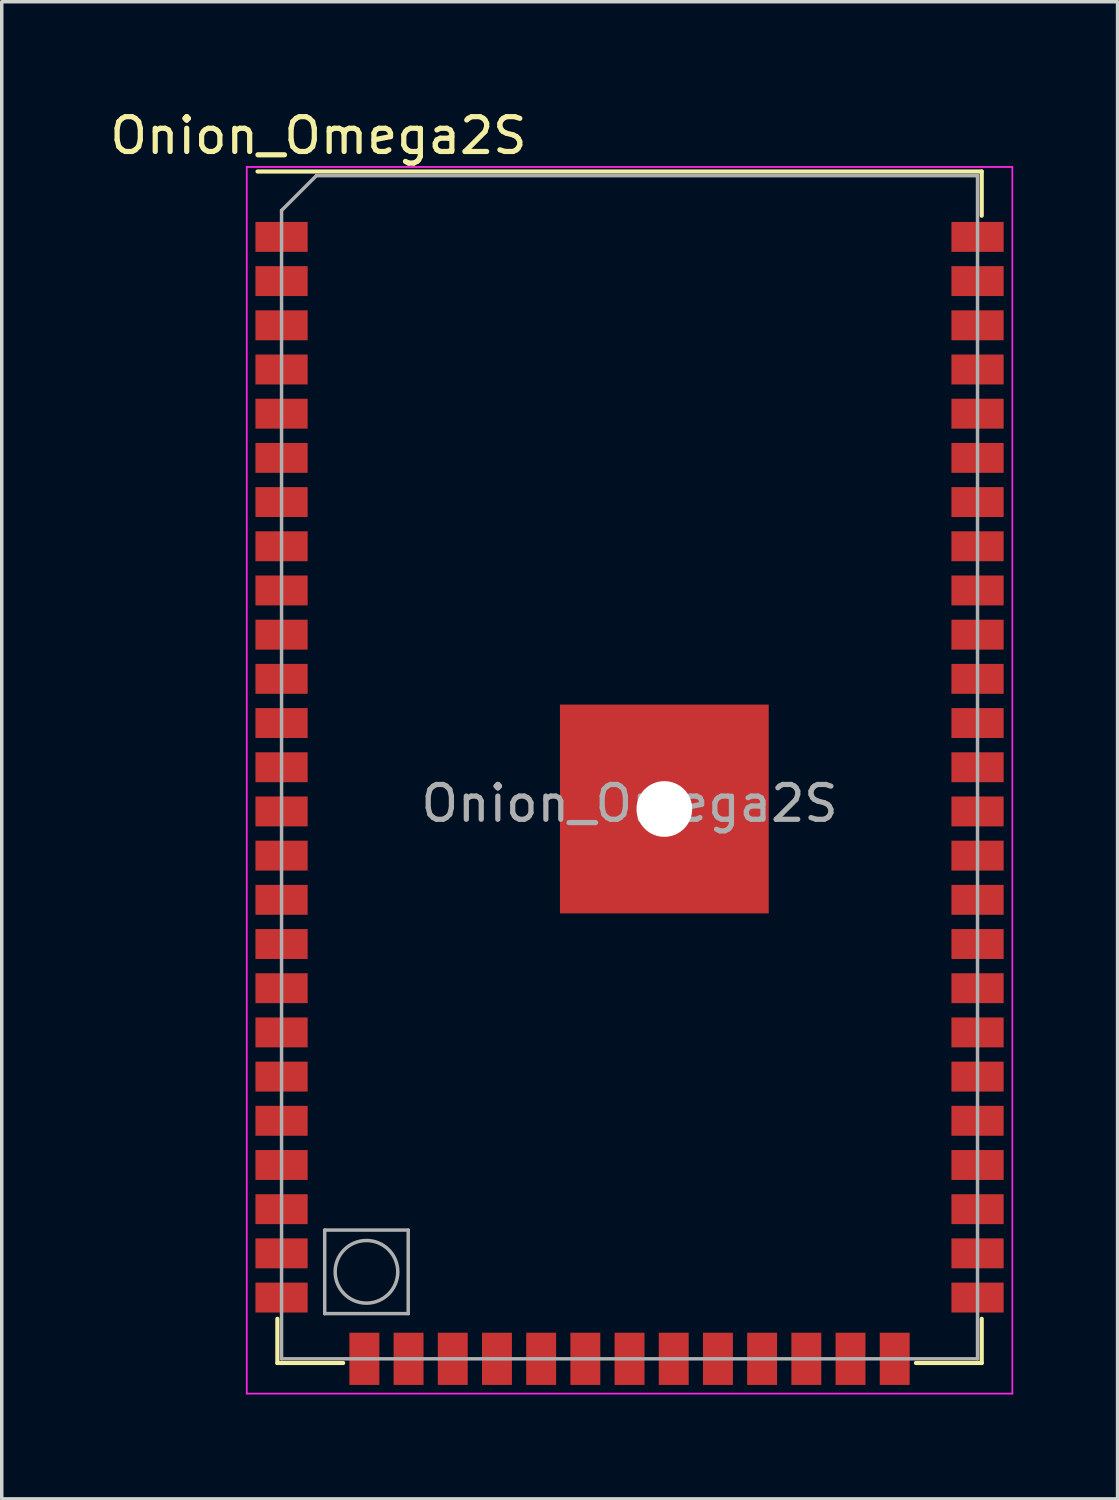
<source format=kicad_pcb>
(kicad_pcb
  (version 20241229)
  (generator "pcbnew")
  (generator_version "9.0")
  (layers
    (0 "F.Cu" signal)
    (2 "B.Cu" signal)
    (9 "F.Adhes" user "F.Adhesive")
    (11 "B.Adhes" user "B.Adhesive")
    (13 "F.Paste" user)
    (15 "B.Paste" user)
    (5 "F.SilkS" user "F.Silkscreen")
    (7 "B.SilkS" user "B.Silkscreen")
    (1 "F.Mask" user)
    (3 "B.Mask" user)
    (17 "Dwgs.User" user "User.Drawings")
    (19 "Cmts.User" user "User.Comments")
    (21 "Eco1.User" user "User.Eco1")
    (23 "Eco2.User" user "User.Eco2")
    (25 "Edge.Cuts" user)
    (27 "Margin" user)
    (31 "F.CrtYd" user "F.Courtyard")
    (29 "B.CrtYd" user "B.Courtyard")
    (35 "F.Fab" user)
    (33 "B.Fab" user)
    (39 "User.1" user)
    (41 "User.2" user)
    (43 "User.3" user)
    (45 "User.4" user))
  (footprint "Onion_Omega2S"
    (layer "F.Cu")
    (at 15.041 19.258)
    (property "Reference" "Onion_Omega2S" (at -8.94 -18.41 0) (layer "F.SilkS") (effects (font (size 1 1) (thickness 0.15))))
    (attr smd)
    (fp_line (start -10.12 15.59) (end -10.12 16.86) (stroke (width 0.12) (type solid)) (layer "F.SilkS"))
    (fp_line (start -10.12 16.86) (end -8.23 16.86) (stroke (width 0.12) (type solid)) (layer "F.SilkS"))
    (fp_line (start 8.23 16.86) (end 10.12 16.86) (stroke (width 0.12) (type solid)) (layer "F.SilkS"))
    (fp_line (start 10.12 -17.38) (end -10.69 -17.38) (stroke (width 0.12) (type solid)) (layer "F.SilkS"))
    (fp_line (start 10.12 -17.38) (end 10.12 -16.11) (stroke (width 0.12) (type solid)) (layer "F.SilkS"))
    (fp_line (start 10.12 15.59) (end 10.12 16.86) (stroke (width 0.12) (type solid)) (layer "F.SilkS"))
    (fp_line (start -11 -17.51) (end -11 17.74) (stroke (width 0.05) (type solid)) (layer "F.CrtYd"))
    (fp_line (start -11 17.74) (end 11 17.74) (stroke (width 0.05) (type solid)) (layer "F.CrtYd"))
    (fp_line (start 11 -17.51) (end -11 -17.51) (stroke (width 0.05) (type solid)) (layer "F.CrtYd"))
    (fp_line (start 11 17.74) (end 11 -17.51) (stroke (width 0.05) (type solid)) (layer "F.CrtYd"))
    (fp_line (start -10 -16.26) (end -10 16.74) (stroke (width 0.1) (type solid)) (layer "F.Fab"))
    (fp_line (start -10 -16.26) (end -9 -17.26) (stroke (width 0.1) (type solid)) (layer "F.Fab"))
    (fp_line (start -10 16.74) (end 10 16.74) (stroke (width 0.1) (type solid)) (layer "F.Fab"))
    (fp_line (start -8.76 13.04) (end -8.76 15.44) (stroke (width 0.1) (type solid)) (layer "F.Fab"))
    (fp_line (start -8.76 15.44) (end -6.36 15.44) (stroke (width 0.1) (type solid)) (layer "F.Fab"))
    (fp_line (start -6.36 13.04) (end -8.76 13.04) (stroke (width 0.1) (type solid)) (layer "F.Fab"))
    (fp_line (start -6.36 15.44) (end -6.36 13.04) (stroke (width 0.1) (type solid)) (layer "F.Fab"))
    (fp_line (start 10 -17.26) (end -9 -17.26) (stroke (width 0.1) (type solid)) (layer "F.Fab"))
    (fp_line (start 10 16.74) (end 10 -17.26) (stroke (width 0.1) (type solid)) (layer "F.Fab"))
    (fp_circle (center -7.56 14.24) (end -6.66 14.24) (stroke (width 0.1) (type solid)) (fill no) (layer "F.Fab"))
    (fp_text user "${REFERENCE}" (at 0 0.78 0) (layer "F.Fab") (effects (font (size 1 1) (thickness 0.15))))
    (pad "" smd roundrect (at -1.333 -1.383) (size 1 1) (layers "F.Paste") (roundrect_rratio 0.25))
    (pad "" smd roundrect (at -1.333 -0.219) (size 1 1) (layers "F.Paste") (roundrect_rratio 0.25))
    (pad "" smd roundrect (at -1.333 0.945) (size 1 1) (layers "F.Paste") (roundrect_rratio 0.25))
    (pad "" smd roundrect (at -1.333 2.109) (size 1 1) (layers "F.Paste") (roundrect_rratio 0.25))
    (pad "" smd roundrect (at -1.333 3.273) (size 1 1) (layers "F.Paste") (roundrect_rratio 0.25))
    (pad "" smd roundrect (at -0.167 -1.383) (size 1 1) (layers "F.Paste") (roundrect_rratio 0.25))
    (pad "" smd roundrect (at -0.167 -0.219) (size 1 1) (layers "F.Paste") (roundrect_rratio 0.25))
    (pad "" smd roundrect (at -0.167 0.945) (size 1 1) (layers "F.Paste") (roundrect_rratio 0.25))
    (pad "" smd roundrect (at -0.167 2.109) (size 1 1) (layers "F.Paste") (roundrect_rratio 0.25))
    (pad "" smd roundrect (at -0.167 3.273) (size 1 1) (layers "F.Paste") (roundrect_rratio 0.25))
    (pad "" smd roundrect (at 0.999 -1.383) (size 1 1) (layers "F.Paste") (roundrect_rratio 0.25))
    (pad "" smd roundrect (at 0.999 -0.219) (size 1 1) (layers "F.Paste") (roundrect_rratio 0.25))
    (pad "" smd roundrect (at 0.999 0.945) (size 1 1) (layers "F.Paste") (roundrect_rratio 0.25))
    (pad "" smd roundrect (at 0.999 2.109) (size 1 1) (layers "F.Paste") (roundrect_rratio 0.25))
    (pad "" smd roundrect (at 0.999 3.273) (size 1 1) (layers "F.Paste") (roundrect_rratio 0.25))
    (pad "" np_thru_hole circle (at 1 0.94) (size 1.6 1.6) (drill 1.6) (layers "*.Cu" "*.Mask"))
    (pad "" smd roundrect (at 2.164 -1.383) (size 1 1) (layers "F.Paste") (roundrect_rratio 0.25))
    (pad "" smd roundrect (at 2.164 -0.219) (size 1 1) (layers "F.Paste") (roundrect_rratio 0.25))
    (pad "" smd roundrect (at 2.164 0.945) (size 1 1) (layers "F.Paste") (roundrect_rratio 0.25))
    (pad "" smd roundrect (at 2.164 2.109) (size 1 1) (layers "F.Paste") (roundrect_rratio 0.25))
    (pad "" smd roundrect (at 2.164 3.273) (size 1 1) (layers "F.Paste") (roundrect_rratio 0.25))
    (pad "" smd roundrect (at 3.33 -1.383) (size 1 1) (layers "F.Paste") (roundrect_rratio 0.25))
    (pad "" smd roundrect (at 3.33 -0.219) (size 1 1) (layers "F.Paste") (roundrect_rratio 0.25))
    (pad "" smd roundrect (at 3.33 0.945) (size 1 1) (layers "F.Paste") (roundrect_rratio 0.25))
    (pad "" smd roundrect (at 3.33 2.109) (size 1 1) (layers "F.Paste") (roundrect_rratio 0.25))
    (pad "" smd roundrect (at 3.33 3.273) (size 1 1) (layers "F.Paste") (roundrect_rratio 0.25))
    (pad "1" smd rect (at -10 -15.5) (size 1.5 0.86) (layers "F.Cu" "F.Mask" "F.Paste"))
    (pad "2" smd rect (at -10 -14.23) (size 1.5 0.86) (layers "F.Cu" "F.Mask" "F.Paste"))
    (pad "3" smd rect (at -10 -12.96) (size 1.5 0.86) (layers "F.Cu" "F.Mask" "F.Paste"))
    (pad "4" smd rect (at -10 -11.69) (size 1.5 0.86) (layers "F.Cu" "F.Mask" "F.Paste"))
    (pad "5" smd rect (at -10 -10.42) (size 1.5 0.86) (layers "F.Cu" "F.Mask" "F.Paste"))
    (pad "6" smd rect (at -10 -9.15) (size 1.5 0.86) (layers "F.Cu" "F.Mask" "F.Paste"))
    (pad "7" smd rect (at -10 -7.88) (size 1.5 0.86) (layers "F.Cu" "F.Mask" "F.Paste"))
    (pad "8" smd rect (at -10 -6.61) (size 1.5 0.86) (layers "F.Cu" "F.Mask" "F.Paste"))
    (pad "9" smd rect (at -10 -5.34) (size 1.5 0.86) (layers "F.Cu" "F.Mask" "F.Paste"))
    (pad "10" smd rect (at -10 -4.07) (size 1.5 0.86) (layers "F.Cu" "F.Mask" "F.Paste"))
    (pad "11" smd rect (at -10 -2.8) (size 1.5 0.86) (layers "F.Cu" "F.Mask" "F.Paste"))
    (pad "12" smd rect (at -10 -1.53) (size 1.5 0.86) (layers "F.Cu" "F.Mask" "F.Paste"))
    (pad "13" smd rect (at -10 -0.26) (size 1.5 0.86) (layers "F.Cu" "F.Mask" "F.Paste"))
    (pad "14" smd rect (at -10 1.01) (size 1.5 0.86) (layers "F.Cu" "F.Mask" "F.Paste"))
    (pad "15" smd rect (at -10 2.28) (size 1.5 0.86) (layers "F.Cu" "F.Mask" "F.Paste"))
    (pad "16" smd rect (at -10 3.55) (size 1.5 0.86) (layers "F.Cu" "F.Mask" "F.Paste"))
    (pad "17" smd rect (at -10 4.82) (size 1.5 0.86) (layers "F.Cu" "F.Mask" "F.Paste"))
    (pad "18" smd rect (at -10 6.09) (size 1.5 0.86) (layers "F.Cu" "F.Mask" "F.Paste"))
    (pad "19" smd rect (at -10 7.36) (size 1.5 0.86) (layers "F.Cu" "F.Mask" "F.Paste"))
    (pad "20" smd rect (at -10 8.63) (size 1.5 0.86) (layers "F.Cu" "F.Mask" "F.Paste"))
    (pad "21" smd rect (at -10 9.9) (size 1.5 0.86) (layers "F.Cu" "F.Mask" "F.Paste"))
    (pad "22" smd rect (at -10 11.17) (size 1.5 0.86) (layers "F.Cu" "F.Mask" "F.Paste"))
    (pad "23" smd rect (at -10 12.44) (size 1.5 0.86) (layers "F.Cu" "F.Mask" "F.Paste"))
    (pad "24" smd rect (at -10 13.71) (size 1.5 0.86) (layers "F.Cu" "F.Mask" "F.Paste"))
    (pad "25" smd rect (at -10 14.98) (size 1.5 0.86) (layers "F.Cu" "F.Mask" "F.Paste"))
    (pad "26" smd rect (at -7.62 16.74) (size 0.86 1.5) (layers "F.Cu" "F.Mask" "F.Paste"))
    (pad "27" smd rect (at -6.35 16.74) (size 0.86 1.5) (layers "F.Cu" "F.Mask" "F.Paste"))
    (pad "28" smd rect (at -5.08 16.74) (size 0.86 1.5) (layers "F.Cu" "F.Mask" "F.Paste"))
    (pad "29" smd rect (at -3.81 16.74) (size 0.86 1.5) (layers "F.Cu" "F.Mask" "F.Paste"))
    (pad "30" smd rect (at -2.54 16.74) (size 0.86 1.5) (layers "F.Cu" "F.Mask" "F.Paste"))
    (pad "31" smd rect (at -1.27 16.74) (size 0.86 1.5) (layers "F.Cu" "F.Mask" "F.Paste"))
    (pad "32" smd rect (at 0 16.74) (size 0.86 1.5) (layers "F.Cu" "F.Mask" "F.Paste"))
    (pad "33" smd rect (at 1.27 16.74) (size 0.86 1.5) (layers "F.Cu" "F.Mask" "F.Paste"))
    (pad "34" smd rect (at 2.54 16.74) (size 0.86 1.5) (layers "F.Cu" "F.Mask" "F.Paste"))
    (pad "35" smd rect (at 3.81 16.74) (size 0.86 1.5) (layers "F.Cu" "F.Mask" "F.Paste"))
    (pad "36" smd rect (at 5.08 16.74) (size 0.86 1.5) (layers "F.Cu" "F.Mask" "F.Paste"))
    (pad "37" smd rect (at 6.35 16.74) (size 0.86 1.5) (layers "F.Cu" "F.Mask" "F.Paste"))
    (pad "38" smd rect (at 7.62 16.74) (size 0.86 1.5) (layers "F.Cu" "F.Mask" "F.Paste"))
    (pad "39" smd rect (at 10 14.98) (size 1.5 0.86) (layers "F.Cu" "F.Mask" "F.Paste"))
    (pad "40" smd rect (at 10 13.71) (size 1.5 0.86) (layers "F.Cu" "F.Mask" "F.Paste"))
    (pad "41" smd rect (at 10 12.44) (size 1.5 0.86) (layers "F.Cu" "F.Mask" "F.Paste"))
    (pad "42" smd rect (at 10 11.17) (size 1.5 0.86) (layers "F.Cu" "F.Mask" "F.Paste"))
    (pad "43" smd rect (at 10 9.9) (size 1.5 0.86) (layers "F.Cu" "F.Mask" "F.Paste"))
    (pad "44" smd rect (at 10 8.63) (size 1.5 0.86) (layers "F.Cu" "F.Mask" "F.Paste"))
    (pad "45" smd rect (at 10 7.36) (size 1.5 0.86) (layers "F.Cu" "F.Mask" "F.Paste"))
    (pad "46" smd rect (at 10 6.09) (size 1.5 0.86) (layers "F.Cu" "F.Mask" "F.Paste"))
    (pad "47" smd rect (at 10 4.82) (size 1.5 0.86) (layers "F.Cu" "F.Mask" "F.Paste"))
    (pad "48" smd rect (at 10 3.55) (size 1.5 0.86) (layers "F.Cu" "F.Mask" "F.Paste"))
    (pad "49" smd rect (at 10 2.28) (size 1.5 0.86) (layers "F.Cu" "F.Mask" "F.Paste"))
    (pad "50" smd rect (at 10 1.01) (size 1.5 0.86) (layers "F.Cu" "F.Mask" "F.Paste"))
    (pad "51" smd rect (at 10 -0.26) (size 1.5 0.86) (layers "F.Cu" "F.Mask" "F.Paste"))
    (pad "52" smd rect (at 10 -1.53) (size 1.5 0.86) (layers "F.Cu" "F.Mask" "F.Paste"))
    (pad "53" smd rect (at 10 -2.8) (size 1.5 0.86) (layers "F.Cu" "F.Mask" "F.Paste"))
    (pad "54" smd rect (at 10 -4.07) (size 1.5 0.86) (layers "F.Cu" "F.Mask" "F.Paste"))
    (pad "55" smd rect (at 10 -5.34) (size 1.5 0.86) (layers "F.Cu" "F.Mask" "F.Paste"))
    (pad "56" smd rect (at 10 -6.61) (size 1.5 0.86) (layers "F.Cu" "F.Mask" "F.Paste"))
    (pad "57" smd rect (at 10 -7.88) (size 1.5 0.86) (layers "F.Cu" "F.Mask" "F.Paste"))
    (pad "58" smd rect (at 10 -9.15) (size 1.5 0.86) (layers "F.Cu" "F.Mask" "F.Paste"))
    (pad "59" smd rect (at 10 -10.42) (size 1.5 0.86) (layers "F.Cu" "F.Mask" "F.Paste"))
    (pad "60" smd rect (at 10 -11.69) (size 1.5 0.86) (layers "F.Cu" "F.Mask" "F.Paste"))
    (pad "61" smd rect (at 10 -12.96) (size 1.5 0.86) (layers "F.Cu" "F.Mask" "F.Paste"))
    (pad "62" smd rect (at 10 -14.23) (size 1.5 0.86) (layers "F.Cu" "F.Mask" "F.Paste"))
    (pad "63" smd rect (at 10 -15.5) (size 1.5 0.86) (layers "F.Cu" "F.Mask" "F.Paste"))
    (pad "64" smd rect (at 1 0.94) (size 6 6) (layers "F.Cu" "F.Mask")))
  (gr_rect
    (start -3 -3)
    (end 29.066 40.023)
    (stroke (width 0.1) (type default))
    (fill no)
    (layer "Edge.Cuts")))
</source>
